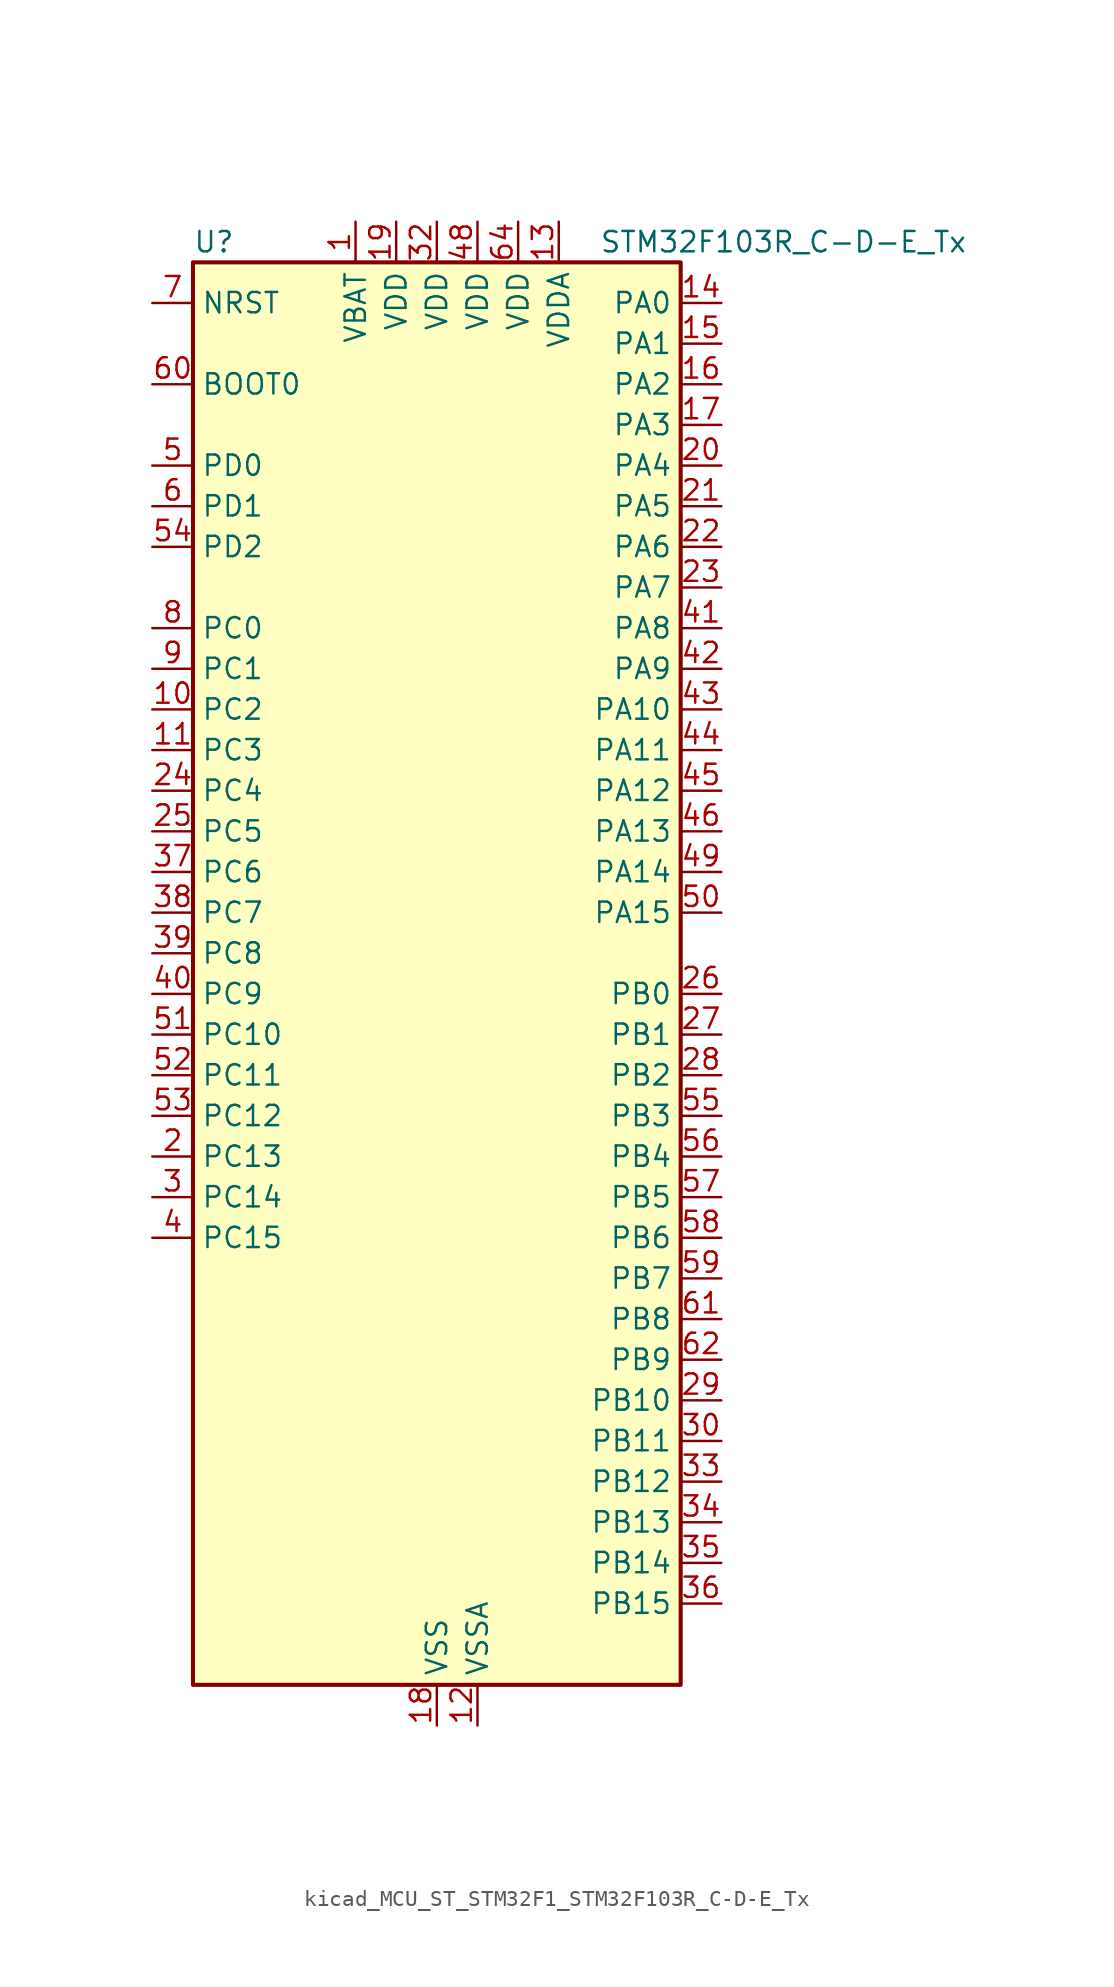
<source format=kicad_sym>
(kicad_symbol_lib
  (version 20220914)
  (generator kicad_symbol_editor)
  (symbol "kicad_MCU_ST_STM32F1_STM32F103R_C-D-E_Tx"
    (property "Reference" "U"
      (at -15.24 46.99 0)
      (effects (font (size 1.27 1.27)) (justify left)))
    (property "Value" "STM32F103R_C-D-E_Tx"
      (at 10.16 46.99 0)
      (effects (font (size 1.27 1.27)) (justify left)))
    (property "ki_locked" ""
      (at 0 0 0)
      (effects (font (size 1.27 1.27))))
    (symbol "kicad_MCU_ST_STM32F1_STM32F103R_C-D-E_Tx_0_1"
      (rectangle (start -15.24 -43.18) (end 15.24 45.72) (stroke (width 0.254) (type default)) (fill (type background))))
    (symbol "kicad_MCU_ST_STM32F1_STM32F103R_C-D-E_Tx_1_1"
      (pin power_in line (at -5.08 48.26 270) (length 2.54) (name "VBAT" (effects (font (size 1.27 1.27)))) (number "1" (effects (font (size 1.27 1.27)))))
      (pin bidirectional line (at -17.78 17.78 0) (length 2.54) (name "PC2" (effects (font (size 1.27 1.27)))) (number "10" (effects (font (size 1.27 1.27)))) (alternate "ADC1_IN12" bidirectional line) (alternate "ADC2_IN12" bidirectional line) (alternate "ADC3_IN12" bidirectional line))
      (pin bidirectional line (at -17.78 15.24 0) (length 2.54) (name "PC3" (effects (font (size 1.27 1.27)))) (number "11" (effects (font (size 1.27 1.27)))) (alternate "ADC1_IN13" bidirectional line) (alternate "ADC2_IN13" bidirectional line) (alternate "ADC3_IN13" bidirectional line))
      (pin power_in line (at 2.54 -45.72 90) (length 2.54) (name "VSSA" (effects (font (size 1.27 1.27)))) (number "12" (effects (font (size 1.27 1.27)))))
      (pin power_in line (at 7.62 48.26 270) (length 2.54) (name "VDDA" (effects (font (size 1.27 1.27)))) (number "13" (effects (font (size 1.27 1.27)))))
      (pin bidirectional line (at 17.78 43.18 180) (length 2.54) (name "PA0" (effects (font (size 1.27 1.27)))) (number "14" (effects (font (size 1.27 1.27)))) (alternate "ADC1_IN0" bidirectional line) (alternate "ADC2_IN0" bidirectional line) (alternate "ADC3_IN0" bidirectional line) (alternate "SYS_WKUP" bidirectional line) (alternate "TIM2_CH1" bidirectional line) (alternate "TIM2_ETR" bidirectional line) (alternate "TIM5_CH1" bidirectional line) (alternate "TIM8_ETR" bidirectional line) (alternate "USART2_CTS" bidirectional line))
      (pin bidirectional line (at 17.78 40.64 180) (length 2.54) (name "PA1" (effects (font (size 1.27 1.27)))) (number "15" (effects (font (size 1.27 1.27)))) (alternate "ADC1_IN1" bidirectional line) (alternate "ADC2_IN1" bidirectional line) (alternate "ADC3_IN1" bidirectional line) (alternate "TIM2_CH2" bidirectional line) (alternate "TIM5_CH2" bidirectional line) (alternate "USART2_RTS" bidirectional line))
      (pin bidirectional line (at 17.78 38.1 180) (length 2.54) (name "PA2" (effects (font (size 1.27 1.27)))) (number "16" (effects (font (size 1.27 1.27)))) (alternate "ADC1_IN2" bidirectional line) (alternate "ADC2_IN2" bidirectional line) (alternate "ADC3_IN2" bidirectional line) (alternate "TIM2_CH3" bidirectional line) (alternate "TIM5_CH3" bidirectional line) (alternate "USART2_TX" bidirectional line))
      (pin bidirectional line (at 17.78 35.56 180) (length 2.54) (name "PA3" (effects (font (size 1.27 1.27)))) (number "17" (effects (font (size 1.27 1.27)))) (alternate "ADC1_IN3" bidirectional line) (alternate "ADC2_IN3" bidirectional line) (alternate "ADC3_IN3" bidirectional line) (alternate "TIM2_CH4" bidirectional line) (alternate "TIM5_CH4" bidirectional line) (alternate "USART2_RX" bidirectional line))
      (pin power_in line (at 0 -45.72 90) (length 2.54) (name "VSS" (effects (font (size 1.27 1.27)))) (number "18" (effects (font (size 1.27 1.27)))))
      (pin power_in line (at -2.54 48.26 270) (length 2.54) (name "VDD" (effects (font (size 1.27 1.27)))) (number "19" (effects (font (size 1.27 1.27)))))
      (pin bidirectional line (at -17.78 -10.16 0) (length 2.54) (name "PC13" (effects (font (size 1.27 1.27)))) (number "2" (effects (font (size 1.27 1.27)))) (alternate "RTC_OUT" bidirectional line) (alternate "RTC_TAMPER" bidirectional line))
      (pin bidirectional line (at 17.78 33.02 180) (length 2.54) (name "PA4" (effects (font (size 1.27 1.27)))) (number "20" (effects (font (size 1.27 1.27)))) (alternate "ADC1_IN4" bidirectional line) (alternate "ADC2_IN4" bidirectional line) (alternate "DAC_OUT1" bidirectional line) (alternate "SPI1_NSS" bidirectional line) (alternate "USART2_CK" bidirectional line))
      (pin bidirectional line (at 17.78 30.48 180) (length 2.54) (name "PA5" (effects (font (size 1.27 1.27)))) (number "21" (effects (font (size 1.27 1.27)))) (alternate "ADC1_IN5" bidirectional line) (alternate "ADC2_IN5" bidirectional line) (alternate "DAC_OUT2" bidirectional line) (alternate "SPI1_SCK" bidirectional line))
      (pin bidirectional line (at 17.78 27.94 180) (length 2.54) (name "PA6" (effects (font (size 1.27 1.27)))) (number "22" (effects (font (size 1.27 1.27)))) (alternate "ADC1_IN6" bidirectional line) (alternate "ADC2_IN6" bidirectional line) (alternate "SPI1_MISO" bidirectional line) (alternate "TIM1_BKIN" bidirectional line) (alternate "TIM3_CH1" bidirectional line) (alternate "TIM8_BKIN" bidirectional line))
      (pin bidirectional line (at 17.78 25.4 180) (length 2.54) (name "PA7" (effects (font (size 1.27 1.27)))) (number "23" (effects (font (size 1.27 1.27)))) (alternate "ADC1_IN7" bidirectional line) (alternate "ADC2_IN7" bidirectional line) (alternate "SPI1_MOSI" bidirectional line) (alternate "TIM1_CH1N" bidirectional line) (alternate "TIM3_CH2" bidirectional line) (alternate "TIM8_CH1N" bidirectional line))
      (pin bidirectional line (at -17.78 12.7 0) (length 2.54) (name "PC4" (effects (font (size 1.27 1.27)))) (number "24" (effects (font (size 1.27 1.27)))) (alternate "ADC1_IN14" bidirectional line) (alternate "ADC2_IN14" bidirectional line))
      (pin bidirectional line (at -17.78 10.16 0) (length 2.54) (name "PC5" (effects (font (size 1.27 1.27)))) (number "25" (effects (font (size 1.27 1.27)))) (alternate "ADC1_IN15" bidirectional line) (alternate "ADC2_IN15" bidirectional line))
      (pin bidirectional line (at 17.78 0 180) (length 2.54) (name "PB0" (effects (font (size 1.27 1.27)))) (number "26" (effects (font (size 1.27 1.27)))) (alternate "ADC1_IN8" bidirectional line) (alternate "ADC2_IN8" bidirectional line) (alternate "TIM1_CH2N" bidirectional line) (alternate "TIM3_CH3" bidirectional line) (alternate "TIM8_CH2N" bidirectional line))
      (pin bidirectional line (at 17.78 -2.54 180) (length 2.54) (name "PB1" (effects (font (size 1.27 1.27)))) (number "27" (effects (font (size 1.27 1.27)))) (alternate "ADC1_IN9" bidirectional line) (alternate "ADC2_IN9" bidirectional line) (alternate "TIM1_CH3N" bidirectional line) (alternate "TIM3_CH4" bidirectional line) (alternate "TIM8_CH3N" bidirectional line))
      (pin bidirectional line (at 17.78 -5.08 180) (length 2.54) (name "PB2" (effects (font (size 1.27 1.27)))) (number "28" (effects (font (size 1.27 1.27)))))
      (pin bidirectional line (at 17.78 -25.4 180) (length 2.54) (name "PB10" (effects (font (size 1.27 1.27)))) (number "29" (effects (font (size 1.27 1.27)))) (alternate "I2C2_SCL" bidirectional line) (alternate "TIM2_CH3" bidirectional line) (alternate "USART3_TX" bidirectional line))
      (pin bidirectional line (at -17.78 -12.7 0) (length 2.54) (name "PC14" (effects (font (size 1.27 1.27)))) (number "3" (effects (font (size 1.27 1.27)))) (alternate "RCC_OSC32_IN" bidirectional line))
      (pin bidirectional line (at 17.78 -27.94 180) (length 2.54) (name "PB11" (effects (font (size 1.27 1.27)))) (number "30" (effects (font (size 1.27 1.27)))) (alternate "ADC1_EXTI11" bidirectional line) (alternate "ADC2_EXTI11" bidirectional line) (alternate "I2C2_SDA" bidirectional line) (alternate "TIM2_CH4" bidirectional line) (alternate "USART3_RX" bidirectional line))
      (pin passive line (at 0 -45.72 90) (length 2.54) hide (name "VSS" (effects (font (size 1.27 1.27)))) (number "31" (effects (font (size 1.27 1.27)))))
      (pin power_in line (at 0 48.26 270) (length 2.54) (name "VDD" (effects (font (size 1.27 1.27)))) (number "32" (effects (font (size 1.27 1.27)))))
      (pin bidirectional line (at 17.78 -30.48 180) (length 2.54) (name "PB12" (effects (font (size 1.27 1.27)))) (number "33" (effects (font (size 1.27 1.27)))) (alternate "I2C2_SMBA" bidirectional line) (alternate "I2S2_WS" bidirectional line) (alternate "SPI2_NSS" bidirectional line) (alternate "TIM1_BKIN" bidirectional line) (alternate "USART3_CK" bidirectional line))
      (pin bidirectional line (at 17.78 -33.02 180) (length 2.54) (name "PB13" (effects (font (size 1.27 1.27)))) (number "34" (effects (font (size 1.27 1.27)))) (alternate "I2S2_CK" bidirectional line) (alternate "SPI2_SCK" bidirectional line) (alternate "TIM1_CH1N" bidirectional line) (alternate "USART3_CTS" bidirectional line))
      (pin bidirectional line (at 17.78 -35.56 180) (length 2.54) (name "PB14" (effects (font (size 1.27 1.27)))) (number "35" (effects (font (size 1.27 1.27)))) (alternate "SPI2_MISO" bidirectional line) (alternate "TIM1_CH2N" bidirectional line) (alternate "USART3_RTS" bidirectional line))
      (pin bidirectional line (at 17.78 -38.1 180) (length 2.54) (name "PB15" (effects (font (size 1.27 1.27)))) (number "36" (effects (font (size 1.27 1.27)))) (alternate "ADC1_EXTI15" bidirectional line) (alternate "ADC2_EXTI15" bidirectional line) (alternate "I2S2_SD" bidirectional line) (alternate "SPI2_MOSI" bidirectional line) (alternate "TIM1_CH3N" bidirectional line))
      (pin bidirectional line (at -17.78 7.62 0) (length 2.54) (name "PC6" (effects (font (size 1.27 1.27)))) (number "37" (effects (font (size 1.27 1.27)))) (alternate "I2S2_MCK" bidirectional line) (alternate "SDIO_D6" bidirectional line) (alternate "TIM3_CH1" bidirectional line) (alternate "TIM8_CH1" bidirectional line))
      (pin bidirectional line (at -17.78 5.08 0) (length 2.54) (name "PC7" (effects (font (size 1.27 1.27)))) (number "38" (effects (font (size 1.27 1.27)))) (alternate "I2S3_MCK" bidirectional line) (alternate "SDIO_D7" bidirectional line) (alternate "TIM3_CH2" bidirectional line) (alternate "TIM8_CH2" bidirectional line))
      (pin bidirectional line (at -17.78 2.54 0) (length 2.54) (name "PC8" (effects (font (size 1.27 1.27)))) (number "39" (effects (font (size 1.27 1.27)))) (alternate "SDIO_D0" bidirectional line) (alternate "TIM3_CH3" bidirectional line) (alternate "TIM8_CH3" bidirectional line))
      (pin bidirectional line (at -17.78 -15.24 0) (length 2.54) (name "PC15" (effects (font (size 1.27 1.27)))) (number "4" (effects (font (size 1.27 1.27)))) (alternate "ADC1_EXTI15" bidirectional line) (alternate "ADC2_EXTI15" bidirectional line) (alternate "RCC_OSC32_OUT" bidirectional line))
      (pin bidirectional line (at -17.78 0 0) (length 2.54) (name "PC9" (effects (font (size 1.27 1.27)))) (number "40" (effects (font (size 1.27 1.27)))) (alternate "DAC_EXTI9" bidirectional line) (alternate "SDIO_D1" bidirectional line) (alternate "TIM3_CH4" bidirectional line) (alternate "TIM8_CH4" bidirectional line))
      (pin bidirectional line (at 17.78 22.86 180) (length 2.54) (name "PA8" (effects (font (size 1.27 1.27)))) (number "41" (effects (font (size 1.27 1.27)))) (alternate "RCC_MCO" bidirectional line) (alternate "TIM1_CH1" bidirectional line) (alternate "USART1_CK" bidirectional line))
      (pin bidirectional line (at 17.78 20.32 180) (length 2.54) (name "PA9" (effects (font (size 1.27 1.27)))) (number "42" (effects (font (size 1.27 1.27)))) (alternate "DAC_EXTI9" bidirectional line) (alternate "TIM1_CH2" bidirectional line) (alternate "USART1_TX" bidirectional line))
      (pin bidirectional line (at 17.78 17.78 180) (length 2.54) (name "PA10" (effects (font (size 1.27 1.27)))) (number "43" (effects (font (size 1.27 1.27)))) (alternate "TIM1_CH3" bidirectional line) (alternate "USART1_RX" bidirectional line))
      (pin bidirectional line (at 17.78 15.24 180) (length 2.54) (name "PA11" (effects (font (size 1.27 1.27)))) (number "44" (effects (font (size 1.27 1.27)))) (alternate "ADC1_EXTI11" bidirectional line) (alternate "ADC2_EXTI11" bidirectional line) (alternate "CAN_RX" bidirectional line) (alternate "TIM1_CH4" bidirectional line) (alternate "USART1_CTS" bidirectional line) (alternate "USB_DM" bidirectional line))
      (pin bidirectional line (at 17.78 12.7 180) (length 2.54) (name "PA12" (effects (font (size 1.27 1.27)))) (number "45" (effects (font (size 1.27 1.27)))) (alternate "CAN_TX" bidirectional line) (alternate "TIM1_ETR" bidirectional line) (alternate "USART1_RTS" bidirectional line) (alternate "USB_DP" bidirectional line))
      (pin bidirectional line (at 17.78 10.16 180) (length 2.54) (name "PA13" (effects (font (size 1.27 1.27)))) (number "46" (effects (font (size 1.27 1.27)))) (alternate "SYS_JTMS-SWDIO" bidirectional line))
      (pin passive line (at 0 -45.72 90) (length 2.54) hide (name "VSS" (effects (font (size 1.27 1.27)))) (number "47" (effects (font (size 1.27 1.27)))))
      (pin power_in line (at 2.54 48.26 270) (length 2.54) (name "VDD" (effects (font (size 1.27 1.27)))) (number "48" (effects (font (size 1.27 1.27)))))
      (pin bidirectional line (at 17.78 7.62 180) (length 2.54) (name "PA14" (effects (font (size 1.27 1.27)))) (number "49" (effects (font (size 1.27 1.27)))) (alternate "SYS_JTCK-SWCLK" bidirectional line))
      (pin bidirectional line (at -17.78 33.02 0) (length 2.54) (name "PD0" (effects (font (size 1.27 1.27)))) (number "5" (effects (font (size 1.27 1.27)))) (alternate "RCC_OSC_IN" bidirectional line))
      (pin bidirectional line (at 17.78 5.08 180) (length 2.54) (name "PA15" (effects (font (size 1.27 1.27)))) (number "50" (effects (font (size 1.27 1.27)))) (alternate "ADC1_EXTI15" bidirectional line) (alternate "ADC2_EXTI15" bidirectional line) (alternate "I2S3_WS" bidirectional line) (alternate "SPI1_NSS" bidirectional line) (alternate "SPI3_NSS" bidirectional line) (alternate "SYS_JTDI" bidirectional line) (alternate "TIM2_CH1" bidirectional line) (alternate "TIM2_ETR" bidirectional line))
      (pin bidirectional line (at -17.78 -2.54 0) (length 2.54) (name "PC10" (effects (font (size 1.27 1.27)))) (number "51" (effects (font (size 1.27 1.27)))) (alternate "SDIO_D2" bidirectional line) (alternate "UART4_TX" bidirectional line) (alternate "USART3_TX" bidirectional line))
      (pin bidirectional line (at -17.78 -5.08 0) (length 2.54) (name "PC11" (effects (font (size 1.27 1.27)))) (number "52" (effects (font (size 1.27 1.27)))) (alternate "ADC1_EXTI11" bidirectional line) (alternate "ADC2_EXTI11" bidirectional line) (alternate "SDIO_D3" bidirectional line) (alternate "UART4_RX" bidirectional line) (alternate "USART3_RX" bidirectional line))
      (pin bidirectional line (at -17.78 -7.62 0) (length 2.54) (name "PC12" (effects (font (size 1.27 1.27)))) (number "53" (effects (font (size 1.27 1.27)))) (alternate "SDIO_CK" bidirectional line) (alternate "UART5_TX" bidirectional line) (alternate "USART3_CK" bidirectional line))
      (pin bidirectional line (at -17.78 27.94 0) (length 2.54) (name "PD2" (effects (font (size 1.27 1.27)))) (number "54" (effects (font (size 1.27 1.27)))) (alternate "SDIO_CMD" bidirectional line) (alternate "TIM3_ETR" bidirectional line) (alternate "UART5_RX" bidirectional line))
      (pin bidirectional line (at 17.78 -7.62 180) (length 2.54) (name "PB3" (effects (font (size 1.27 1.27)))) (number "55" (effects (font (size 1.27 1.27)))) (alternate "I2S3_CK" bidirectional line) (alternate "SPI1_SCK" bidirectional line) (alternate "SPI3_SCK" bidirectional line) (alternate "SYS_JTDO-TRACESWO" bidirectional line) (alternate "TIM2_CH2" bidirectional line))
      (pin bidirectional line (at 17.78 -10.16 180) (length 2.54) (name "PB4" (effects (font (size 1.27 1.27)))) (number "56" (effects (font (size 1.27 1.27)))) (alternate "SPI1_MISO" bidirectional line) (alternate "SPI3_MISO" bidirectional line) (alternate "SYS_NJTRST" bidirectional line) (alternate "TIM3_CH1" bidirectional line))
      (pin bidirectional line (at 17.78 -12.7 180) (length 2.54) (name "PB5" (effects (font (size 1.27 1.27)))) (number "57" (effects (font (size 1.27 1.27)))) (alternate "I2C1_SMBA" bidirectional line) (alternate "I2S3_SD" bidirectional line) (alternate "SPI1_MOSI" bidirectional line) (alternate "SPI3_MOSI" bidirectional line) (alternate "TIM3_CH2" bidirectional line))
      (pin bidirectional line (at 17.78 -15.24 180) (length 2.54) (name "PB6" (effects (font (size 1.27 1.27)))) (number "58" (effects (font (size 1.27 1.27)))) (alternate "I2C1_SCL" bidirectional line) (alternate "TIM4_CH1" bidirectional line) (alternate "USART1_TX" bidirectional line))
      (pin bidirectional line (at 17.78 -17.78 180) (length 2.54) (name "PB7" (effects (font (size 1.27 1.27)))) (number "59" (effects (font (size 1.27 1.27)))) (alternate "I2C1_SDA" bidirectional line) (alternate "TIM4_CH2" bidirectional line) (alternate "USART1_RX" bidirectional line))
      (pin bidirectional line (at -17.78 30.48 0) (length 2.54) (name "PD1" (effects (font (size 1.27 1.27)))) (number "6" (effects (font (size 1.27 1.27)))) (alternate "RCC_OSC_OUT" bidirectional line))
      (pin input line (at -17.78 38.1 0) (length 2.54) (name "BOOT0" (effects (font (size 1.27 1.27)))) (number "60" (effects (font (size 1.27 1.27)))))
      (pin bidirectional line (at 17.78 -20.32 180) (length 2.54) (name "PB8" (effects (font (size 1.27 1.27)))) (number "61" (effects (font (size 1.27 1.27)))) (alternate "CAN_RX" bidirectional line) (alternate "I2C1_SCL" bidirectional line) (alternate "SDIO_D4" bidirectional line) (alternate "TIM4_CH3" bidirectional line))
      (pin bidirectional line (at 17.78 -22.86 180) (length 2.54) (name "PB9" (effects (font (size 1.27 1.27)))) (number "62" (effects (font (size 1.27 1.27)))) (alternate "CAN_TX" bidirectional line) (alternate "DAC_EXTI9" bidirectional line) (alternate "I2C1_SDA" bidirectional line) (alternate "SDIO_D5" bidirectional line) (alternate "TIM4_CH4" bidirectional line))
      (pin passive line (at 0 -45.72 90) (length 2.54) hide (name "VSS" (effects (font (size 1.27 1.27)))) (number "63" (effects (font (size 1.27 1.27)))))
      (pin power_in line (at 5.08 48.26 270) (length 2.54) (name "VDD" (effects (font (size 1.27 1.27)))) (number "64" (effects (font (size 1.27 1.27)))))
      (pin input line (at -17.78 43.18 0) (length 2.54) (name "NRST" (effects (font (size 1.27 1.27)))) (number "7" (effects (font (size 1.27 1.27)))))
      (pin bidirectional line (at -17.78 22.86 0) (length 2.54) (name "PC0" (effects (font (size 1.27 1.27)))) (number "8" (effects (font (size 1.27 1.27)))) (alternate "ADC1_IN10" bidirectional line) (alternate "ADC2_IN10" bidirectional line) (alternate "ADC3_IN10" bidirectional line))
      (pin bidirectional line (at -17.78 20.32 0) (length 2.54) (name "PC1" (effects (font (size 1.27 1.27)))) (number "9" (effects (font (size 1.27 1.27)))) (alternate "ADC1_IN11" bidirectional line) (alternate "ADC2_IN11" bidirectional line) (alternate "ADC3_IN11" bidirectional line)))))
</source>
